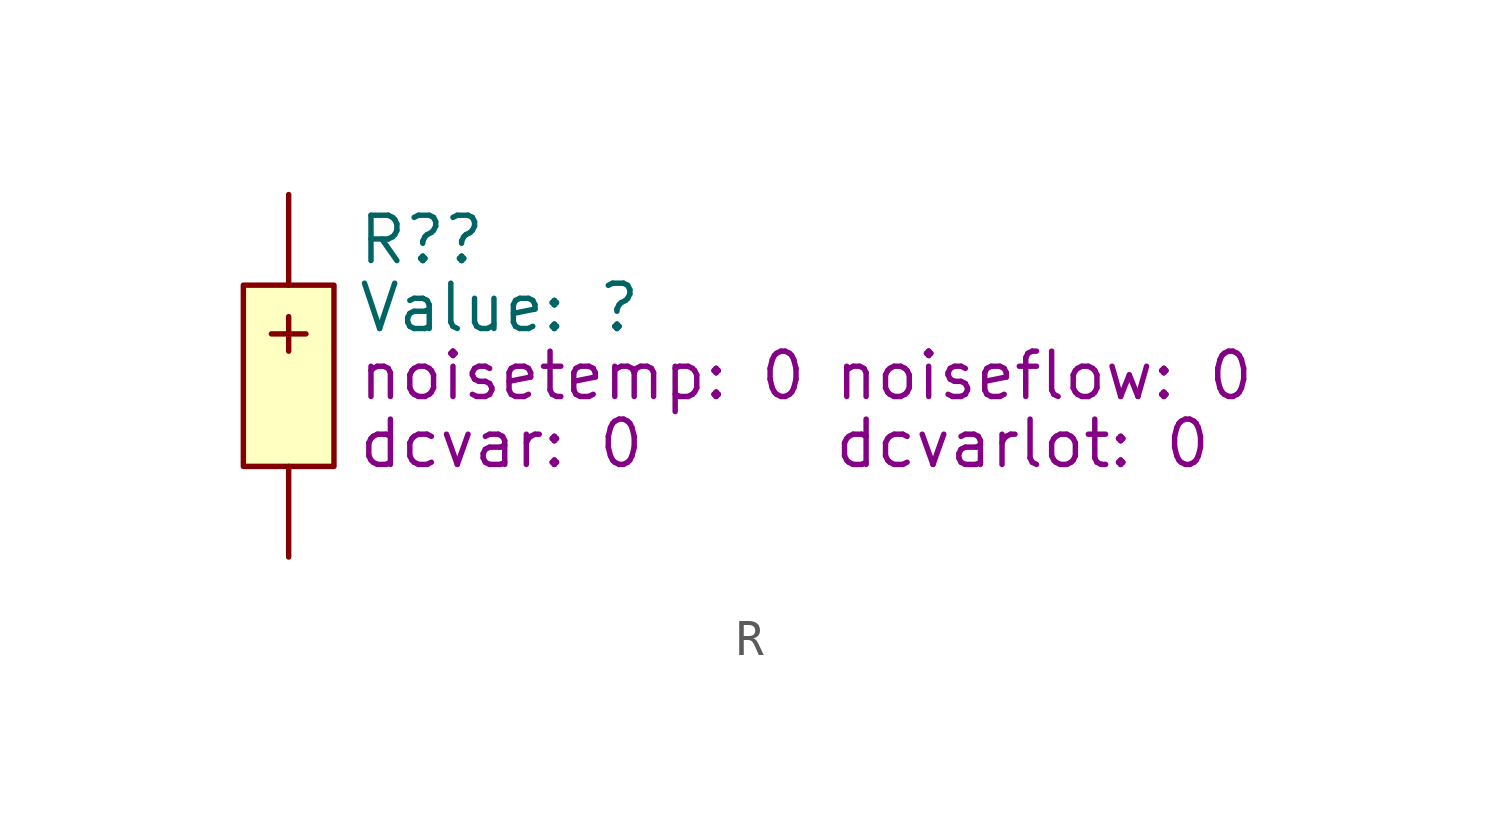
<source format=kicad_sym>
(kicad_symbol_lib
  (version 20231120)
  (generator "kicad_symbol_editor")
  (generator_version "8.0")
  (symbol "R"
    (pin_numbers hide)
    (pin_names
      (offset 1.016) hide)
    (property "Reference" "R?"
      (at 1.905 3.81 0)
      (effects (font (size 1.27 1.27)) (justify left)))
    (property "Value" "?"
      (at 1.905 1.905 0)
      (show_name)
      (effects (font (size 1.27 1.27)) (justify left)))
    (property "noisetemp" "0"
      (at 1.905 0 0)
      (show_name)
      (effects (font (size 1.27 1.27)) (justify left)))
    (property "noiseflow" "0"
      (at 15.24 0 0)
      (show_name)
      (effects (font (size 1.27 1.27)) (justify left)))
    (property "dcvar" "0"
      (at 1.905 -1.905 0)
      (show_name)
      (effects (font (size 1.27 1.27)) (justify left)))
    (property "dcvarlot" "0"
      (at 15.24 -1.905 0)
      (show_name)
      (effects (font (size 1.27 1.27)) (justify left)))
    (symbol "R_0_0"
      (text "+" (at 0 1.27 0) (effects (font (size 1.27 1.27)))))
    (symbol "R_1_0"
      (pin passive line (at 0 5.08 270) (length 2.54) (name "1" (effects (font (size 1.27 1.27)))) (number "1" (effects (font (size 1.27 1.27)))))
      (pin passive line (at 0 -5.08 90) (length 2.54) (name "2" (effects (font (size 1.27 1.27)))) (number "2" (effects (font (size 1.27 1.27))))))
    (symbol "R_1_1"
      (rectangle (start -1.27 2.54) (end 1.27 -2.54) (stroke (width 0) (type solid)) (fill (type background))))))
</source>
